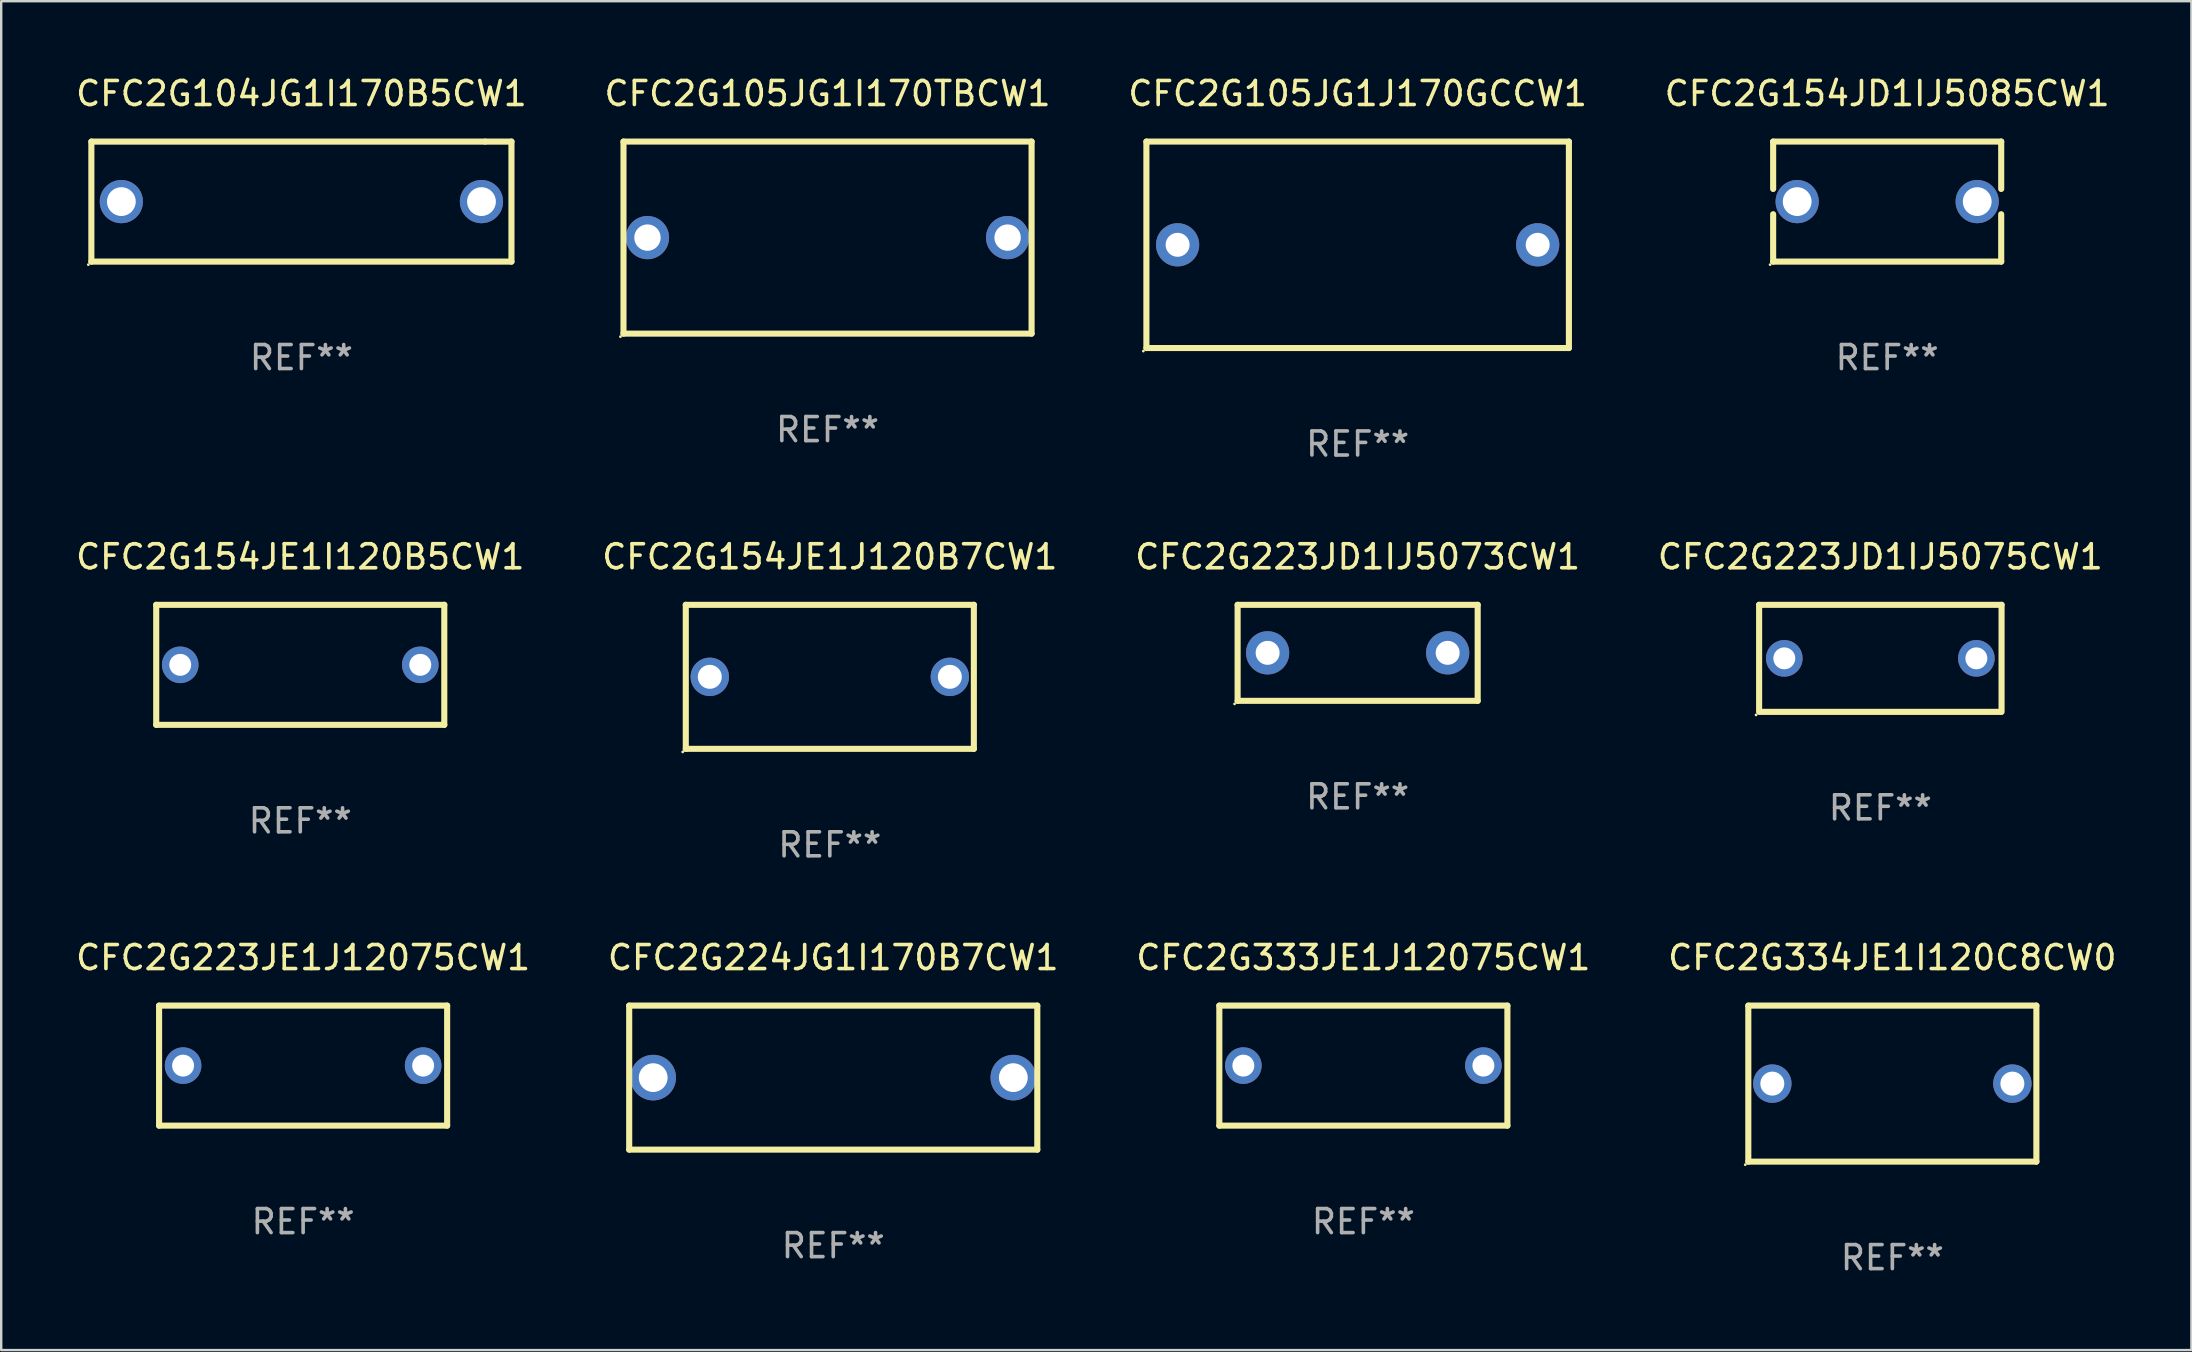
<source format=kicad_pcb>
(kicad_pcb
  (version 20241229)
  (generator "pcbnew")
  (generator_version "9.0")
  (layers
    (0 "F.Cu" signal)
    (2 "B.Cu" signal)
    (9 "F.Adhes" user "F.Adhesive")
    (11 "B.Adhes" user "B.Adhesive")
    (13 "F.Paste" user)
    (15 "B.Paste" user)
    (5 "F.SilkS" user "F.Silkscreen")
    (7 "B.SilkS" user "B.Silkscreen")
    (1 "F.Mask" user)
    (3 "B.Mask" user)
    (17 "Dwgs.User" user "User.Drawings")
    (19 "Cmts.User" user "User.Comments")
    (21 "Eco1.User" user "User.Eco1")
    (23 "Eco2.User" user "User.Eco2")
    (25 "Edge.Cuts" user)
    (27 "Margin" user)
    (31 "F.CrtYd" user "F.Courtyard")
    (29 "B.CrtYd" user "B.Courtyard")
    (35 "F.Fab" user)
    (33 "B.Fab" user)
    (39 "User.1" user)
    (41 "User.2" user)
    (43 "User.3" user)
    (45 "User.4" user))
  (footprint "CFC2G223JD1IJ5075CW1"
    (layer "F.Cu")
    (at 75.28 24.375)
    (property "Reference" "CFC2G223JD1IJ5075CW1" (at 0 -4.23 0) (layer "F.SilkS") (effects (font (size 1 1) (thickness 0.15))))
    (attr through_hole)
    (fp_line (start -5.05 -2.23) (end 5.05 -2.23) (stroke (width 0.254) (type solid)) (layer "F.SilkS"))
    (fp_line (start -5.05 2.23) (end -5.05 -2.23) (stroke (width 0.254) (type solid)) (layer "F.SilkS"))
    (fp_line (start 5.02 2.23) (end -4.98 2.23) (stroke (width 0.254) (type solid)) (layer "F.SilkS"))
    (fp_line (start 5.05 -2.23) (end 5.05 2.23) (stroke (width 0.254) (type solid)) (layer "F.SilkS"))
    (fp_circle (center -5.177 2.357) (end -5.147 2.357) (stroke (width 0.06) (type solid)) (fill no) (layer "F.SilkS"))
    (fp_text user "REF**" (at 0 6.23 0) (layer "F.Fab") (effects (font (size 1 1) (thickness 0.15))))
    (pad "1" thru_hole circle (at -4.001 0.000064) (size 1.524 1.524) (drill 0.914) (layers "*.Cu" "*.Mask"))
    (pad "2" thru_hole circle (at 4 0.000064) (size 1.524 1.524) (drill 0.914) (layers "*.Cu" "*.Mask")))
  (footprint "CFC2G154JE1I120B5CW1"
    (layer "F.Cu")
    (at 9.458 24.645)
    (property "Reference" "CFC2G154JE1I120B5CW1" (at 0 -4.5 0) (layer "F.SilkS") (effects (font (size 1 1) (thickness 0.15))))
    (attr through_hole)
    (fp_line (start -6 -2.5) (end 6 -2.5) (stroke (width 0.254) (type solid)) (layer "F.SilkS"))
    (fp_line (start -6 2.5) (end -6 -2.5) (stroke (width 0.254) (type solid)) (layer "F.SilkS"))
    (fp_line (start 6 -2.5) (end 6 2.5) (stroke (width 0.254) (type solid)) (layer "F.SilkS"))
    (fp_line (start 6 2.5) (end -6 2.5) (stroke (width 0.254) (type solid)) (layer "F.SilkS"))
    (fp_circle (center -6 2.5) (end -5.97 2.5) (stroke (width 0.06) (type solid)) (fill no) (layer "F.SilkS"))
    (fp_text user "REF**" (at 0 6.5 0) (layer "F.Fab") (effects (font (size 1 1) (thickness 0.15))))
    (pad "1" thru_hole circle (at -5 0) (size 1.524 1.524) (drill 0.914) (layers "*.Cu" "*.Mask"))
    (pad "2" thru_hole circle (at 5 0) (size 1.524 1.524) (drill 0.914) (layers "*.Cu" "*.Mask")))
  (footprint "CFC2G333JE1J12075CW1"
    (layer "F.Cu")
    (at 53.744 41.341)
    (property "Reference" "CFC2G333JE1J12075CW1" (at 0 -4.5 0) (layer "F.SilkS") (effects (font (size 1 1) (thickness 0.15))))
    (attr through_hole)
    (fp_line (start -6 -2.5) (end 6 -2.5) (stroke (width 0.254) (type solid)) (layer "F.SilkS"))
    (fp_line (start -6 2.5) (end -6 -2.5) (stroke (width 0.254) (type solid)) (layer "F.SilkS"))
    (fp_line (start 6 -2.5) (end 6 2.5) (stroke (width 0.254) (type solid)) (layer "F.SilkS"))
    (fp_line (start 6 2.5) (end -6 2.5) (stroke (width 0.254) (type solid)) (layer "F.SilkS"))
    (fp_circle (center -6 2.5) (end -5.97 2.5) (stroke (width 0.06) (type solid)) (fill no) (layer "F.SilkS"))
    (fp_text user "REF**" (at 0 6.5 0) (layer "F.Fab") (effects (font (size 1 1) (thickness 0.15))))
    (pad "1" thru_hole circle (at -5 0) (size 1.524 1.524) (drill 0.914) (layers "*.Cu" "*.Mask"))
    (pad "2" thru_hole circle (at 5 0) (size 1.524 1.524) (drill 0.914) (layers "*.Cu" "*.Mask")))
  (footprint "CFC2G334JE1I120C8CW0"
    (layer "F.Cu")
    (at 75.78 42.091)
    (property "Reference" "CFC2G334JE1I120C8CW0" (at 0 -5.25 0) (layer "F.SilkS") (effects (font (size 1 1) (thickness 0.15))))
    (attr through_hole)
    (fp_line (start -6 -3.25) (end 6 -3.25) (stroke (width 0.254) (type solid)) (layer "F.SilkS"))
    (fp_line (start -6 3.25) (end -6 -3.25) (stroke (width 0.254) (type solid)) (layer "F.SilkS"))
    (fp_line (start 6 -3.25) (end 6 3.25) (stroke (width 0.254) (type solid)) (layer "F.SilkS"))
    (fp_line (start 6 3.25) (end -6 3.25) (stroke (width 0.254) (type solid)) (layer "F.SilkS"))
    (fp_circle (center -6.127 3.377) (end -6.097 3.377) (stroke (width 0.06) (type solid)) (fill no) (layer "F.SilkS"))
    (fp_text user "REF**" (at 0 7.25 0) (layer "F.Fab") (effects (font (size 1 1) (thickness 0.15))))
    (pad "1" thru_hole circle (at -5 0) (size 1.6 1.6) (drill 1) (layers "*.Cu" "*.Mask"))
    (pad "2" thru_hole circle (at 5 0) (size 1.6 1.6) (drill 1) (layers "*.Cu" "*.Mask")))
  (footprint "CFC2G223JD1IJ5073CW1"
    (layer "F.Cu")
    (at 53.506 24.145)
    (property "Reference" "CFC2G223JD1IJ5073CW1" (at 0 -4 0) (layer "F.SilkS") (effects (font (size 1 1) (thickness 0.15))))
    (attr through_hole)
    (fp_line (start -5 -2) (end 5 -2) (stroke (width 0.254) (type solid)) (layer "F.SilkS"))
    (fp_line (start -5 2) (end -5 -2) (stroke (width 0.254) (type solid)) (layer "F.SilkS"))
    (fp_line (start 5 -2) (end 5 2) (stroke (width 0.254) (type solid)) (layer "F.SilkS"))
    (fp_line (start 5 2) (end -5 2) (stroke (width 0.254) (type solid)) (layer "F.SilkS"))
    (fp_circle (center -5.127 2.127) (end -5.097 2.127) (stroke (width 0.06) (type solid)) (fill no) (layer "F.SilkS"))
    (fp_text user "REF**" (at 0 6 0) (layer "F.Fab") (effects (font (size 1 1) (thickness 0.15))))
    (pad "1" thru_hole circle (at -3.75 0) (size 1.8 1.8) (drill 1) (layers "*.Cu" "*.Mask"))
    (pad "2" thru_hole circle (at 3.75 0) (size 1.8 1.8) (drill 1) (layers "*.Cu" "*.Mask")))
  (footprint "CFC2G105JG1I170TBCW1"
    (layer "F.Cu")
    (at 31.423 6.848)
    (property "Reference" "CFC2G105JG1I170TBCW1" (at 0 -6 0) (layer "F.SilkS") (effects (font (size 1 1) (thickness 0.15))))
    (attr through_hole)
    (fp_line (start -8.5 -4) (end 8.5 -4) (stroke (width 0.254) (type solid)) (layer "F.SilkS"))
    (fp_line (start -8.5 4) (end -8.5 -4) (stroke (width 0.254) (type solid)) (layer "F.SilkS"))
    (fp_line (start 8.5 -4) (end 8.5 4) (stroke (width 0.254) (type solid)) (layer "F.SilkS"))
    (fp_line (start 8.5 4) (end -8.5 4) (stroke (width 0.254) (type solid)) (layer "F.SilkS"))
    (fp_circle (center -8.627 4.127) (end -8.597 4.127) (stroke (width 0.06) (type solid)) (fill no) (layer "F.SilkS"))
    (fp_text user "REF**" (at 0 8 0) (layer "F.Fab") (effects (font (size 1 1) (thickness 0.15))))
    (pad "1" thru_hole circle (at -7.501 0) (size 1.8 1.8) (drill 1.1) (layers "*.Cu" "*.Mask"))
    (pad "2" thru_hole circle (at 7.501 0) (size 1.8 1.8) (drill 1.1) (layers "*.Cu" "*.Mask")))
  (footprint "CFC2G223JE1J12075CW1"
    (layer "F.Cu")
    (at 9.577 41.341)
    (property "Reference" "CFC2G223JE1J12075CW1" (at 0 -4.5 0) (layer "F.SilkS") (effects (font (size 1 1) (thickness 0.15))))
    (attr through_hole)
    (fp_line (start -6 -2.5) (end 6 -2.5) (stroke (width 0.254) (type solid)) (layer "F.SilkS"))
    (fp_line (start -6 2.5) (end -6 -2.5) (stroke (width 0.254) (type solid)) (layer "F.SilkS"))
    (fp_line (start 6 -2.5) (end 6 2.5) (stroke (width 0.254) (type solid)) (layer "F.SilkS"))
    (fp_line (start 6 2.5) (end -6 2.5) (stroke (width 0.254) (type solid)) (layer "F.SilkS"))
    (fp_circle (center -6 2.5) (end -5.97 2.5) (stroke (width 0.06) (type solid)) (fill no) (layer "F.SilkS"))
    (fp_text user "REF**" (at 0 6.5 0) (layer "F.Fab") (effects (font (size 1 1) (thickness 0.15))))
    (pad "1" thru_hole circle (at -5 0) (size 1.524 1.524) (drill 0.914) (layers "*.Cu" "*.Mask"))
    (pad "2" thru_hole circle (at 5 0) (size 1.524 1.524) (drill 0.914) (layers "*.Cu" "*.Mask")))
  (footprint "CFC2G154JE1J120B7CW1"
    (layer "F.Cu")
    (at 31.518 25.145)
    (property "Reference" "CFC2G154JE1J120B7CW1" (at 0 -5 0) (layer "F.SilkS") (effects (font (size 1 1) (thickness 0.15))))
    (attr through_hole)
    (fp_line (start -6 -3) (end 6 -3) (stroke (width 0.254) (type solid)) (layer "F.SilkS"))
    (fp_line (start -6 3) (end -6 -3) (stroke (width 0.254) (type solid)) (layer "F.SilkS"))
    (fp_line (start 6 -3) (end 6 3) (stroke (width 0.254) (type solid)) (layer "F.SilkS"))
    (fp_line (start 6 3) (end -6 3) (stroke (width 0.254) (type solid)) (layer "F.SilkS"))
    (fp_circle (center -6.127 3.127) (end -6.097 3.127) (stroke (width 0.06) (type solid)) (fill no) (layer "F.SilkS"))
    (fp_text user "REF**" (at 0 7 0) (layer "F.Fab") (effects (font (size 1 1) (thickness 0.15))))
    (pad "1" thru_hole circle (at -5 0) (size 1.6 1.6) (drill 1) (layers "*.Cu" "*.Mask"))
    (pad "2" thru_hole circle (at 5 0) (size 1.6 1.6) (drill 1) (layers "*.Cu" "*.Mask")))
  (footprint "CFC2G154JD1IJ5085CW1"
    (layer "F.Cu")
    (at 75.565 5.348)
    (property "Reference" "CFC2G154JD1IJ5085CW1" (at 0 -4.5 0) (layer "F.SilkS") (effects (font (size 1 1) (thickness 0.15))))
    (attr through_hole)
    (fp_line (start -4.75 -2.5) (end -4.75 -0.526) (stroke (width 0.254) (type solid)) (layer "F.SilkS"))
    (fp_line (start -4.75 -2.5) (end 4.75 -2.5) (stroke (width 0.254) (type solid)) (layer "F.SilkS"))
    (fp_line (start -4.75 0.526) (end -4.75 2.5) (stroke (width 0.254) (type solid)) (layer "F.SilkS"))
    (fp_line (start 4.75 2.5) (end -4.75 2.5) (stroke (width 0.254) (type solid)) (layer "F.SilkS"))
    (fp_line (start 4.75 -2.5) (end 4.75 -0.526) (stroke (width 0.254) (type solid)) (layer "F.SilkS"))
    (fp_line (start 4.75 0.526) (end 4.75 2.5) (stroke (width 0.254) (type solid)) (layer "F.SilkS"))
    (fp_circle (center -4.877 2.627) (end -4.847 2.627) (stroke (width 0.06) (type solid)) (fill no) (layer "F.SilkS"))
    (fp_text user "REF**" (at 0 6.5 0) (layer "F.Fab") (effects (font (size 1 1) (thickness 0.15))))
    (pad "1" thru_hole circle (at -3.75 0) (size 1.8 1.8) (drill 1.2) (layers "*.Cu" "*.Mask"))
    (pad "2" thru_hole circle (at 3.75 0) (size 1.8 1.8) (drill 1.2) (layers "*.Cu" "*.Mask")))
  (footprint "CFC2G224JG1I170B7CW1"
    (layer "F.Cu")
    (at 31.661 41.841)
    (property "Reference" "CFC2G224JG1I170B7CW1" (at 0 -5 0) (layer "F.SilkS") (effects (font (size 1 1) (thickness 0.15))))
    (attr through_hole)
    (fp_line (start -8.5 -3) (end 8.5 -3) (stroke (width 0.254) (type solid)) (layer "F.SilkS"))
    (fp_line (start -8.5 3) (end -8.5 -3) (stroke (width 0.254) (type solid)) (layer "F.SilkS"))
    (fp_line (start 8.5 -3) (end 8.5 3) (stroke (width 0.254) (type solid)) (layer "F.SilkS"))
    (fp_line (start 8.5 3) (end -8.5 3) (stroke (width 0.254) (type solid)) (layer "F.SilkS"))
    (fp_circle (center -8.5 3) (end -8.47 3) (stroke (width 0.06) (type solid)) (fill no) (layer "F.SilkS"))
    (fp_text user "REF**" (at 0 7 0) (layer "F.Fab") (effects (font (size 1 1) (thickness 0.15))))
    (pad "1" thru_hole circle (at -7.501 0) (size 1.9 1.9) (drill 1.2) (layers "*.Cu" "*.Mask"))
    (pad "2" thru_hole circle (at 7.501 0) (size 1.9 1.9) (drill 1.2) (layers "*.Cu" "*.Mask")))
  (footprint "CFC2G105JG1J170GCCW1"
    (layer "F.Cu")
    (at 53.506 7.148)
    (property "Reference" "CFC2G105JG1J170GCCW1" (at 0 -6.3 0) (layer "F.SilkS") (effects (font (size 1 1) (thickness 0.15))))
    (attr through_hole)
    (fp_line (start -8.8 -4.3) (end -8.8 4.3) (stroke (width 0.254) (type solid)) (layer "F.SilkS"))
    (fp_line (start -8.8 -4.3) (end 8.8 -4.3) (stroke (width 0.254) (type solid)) (layer "F.SilkS"))
    (fp_line (start -8.8 4.3) (end 8.8 4.3) (stroke (width 0.254) (type solid)) (layer "F.SilkS"))
    (fp_line (start 8.8 -4.3) (end 8.8 4.3) (stroke (width 0.254) (type solid)) (layer "F.SilkS"))
    (fp_circle (center -8.927 4.427) (end -8.897 4.427) (stroke (width 0.06) (type solid)) (fill no) (layer "F.SilkS"))
    (fp_text user "REF**" (at 0 8.3 0) (layer "F.Fab") (effects (font (size 1 1) (thickness 0.15))))
    (pad "1" thru_hole circle (at -7.5 0) (size 1.8 1.8) (drill 1) (layers "*.Cu" "*.Mask"))
    (pad "2" thru_hole circle (at 7.5 0) (size 1.8 1.8) (drill 1) (layers "*.Cu" "*.Mask")))
  (footprint "CFC2G104JG1I170B5CW1"
    (layer "F.Cu")
    (at 9.506 5.348)
    (property "Reference" "CFC2G104JG1I170B5CW1" (at 0 -4.5 0) (layer "F.SilkS") (effects (font (size 1 1) (thickness 0.15))))
    (attr through_hole)
    (fp_line (start -8.75 -2.499) (end 7.653 -2.499) (stroke (width 0.254) (type solid)) (layer "F.SilkS"))
    (fp_line (start -8.75 2.5) (end -8.75 -2.5) (stroke (width 0.254) (type solid)) (layer "F.SilkS"))
    (fp_line (start 7.653 -2.499) (end 8.75 -2.499) (stroke (width 0.254) (type solid)) (layer "F.SilkS"))
    (fp_line (start 8.75 -2.5) (end 8.75 2.5) (stroke (width 0.254) (type solid)) (layer "F.SilkS"))
    (fp_line (start 8.75 2.5) (end -8.75 2.5) (stroke (width 0.254) (type solid)) (layer "F.SilkS"))
    (fp_circle (center -8.877 2.627) (end -8.847 2.627) (stroke (width 0.06) (type solid)) (fill no) (layer "F.SilkS"))
    (fp_text user "REF**" (at 0 6.5 0) (layer "F.Fab") (effects (font (size 1 1) (thickness 0.15))))
    (pad "1" thru_hole circle (at -7.501 0) (size 1.8 1.8) (drill 1.2) (layers "*.Cu" "*.Mask"))
    (pad "2" thru_hole circle (at 7.501 0) (size 1.8 1.8) (drill 1.2) (layers "*.Cu" "*.Mask")))
  (gr_rect
    (start -3 -3)
    (end 88.238 53.19)
    (stroke (width 0.1) (type default))
    (fill no)
    (layer "Edge.Cuts")))
</source>
